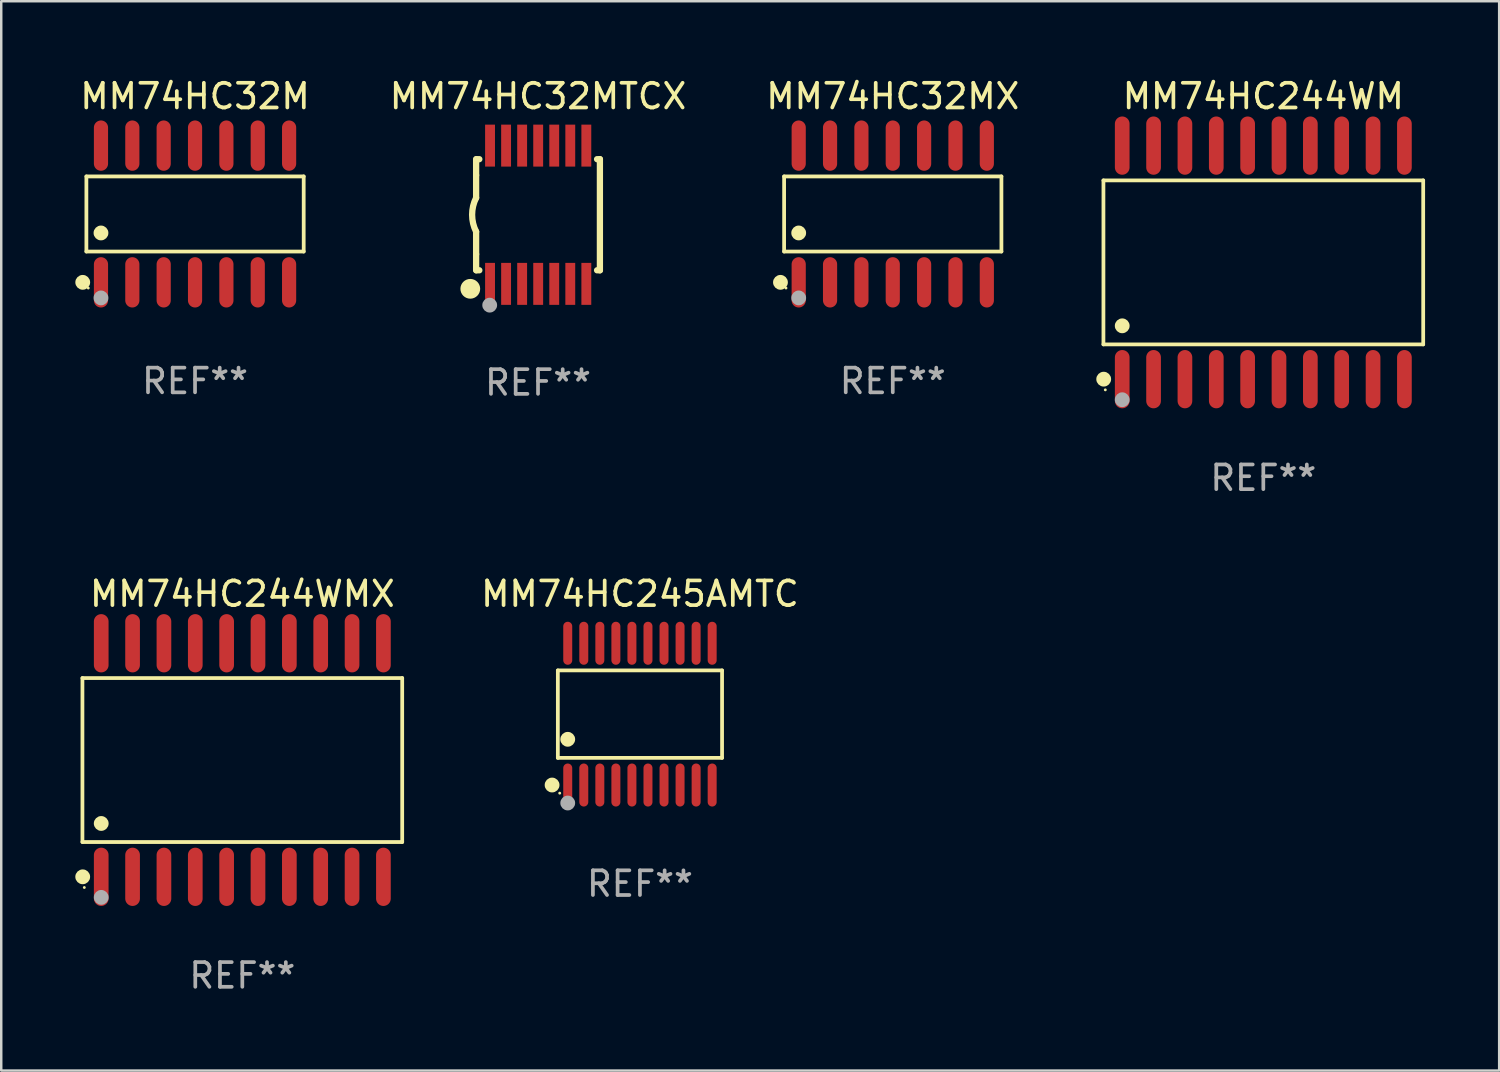
<source format=kicad_pcb>
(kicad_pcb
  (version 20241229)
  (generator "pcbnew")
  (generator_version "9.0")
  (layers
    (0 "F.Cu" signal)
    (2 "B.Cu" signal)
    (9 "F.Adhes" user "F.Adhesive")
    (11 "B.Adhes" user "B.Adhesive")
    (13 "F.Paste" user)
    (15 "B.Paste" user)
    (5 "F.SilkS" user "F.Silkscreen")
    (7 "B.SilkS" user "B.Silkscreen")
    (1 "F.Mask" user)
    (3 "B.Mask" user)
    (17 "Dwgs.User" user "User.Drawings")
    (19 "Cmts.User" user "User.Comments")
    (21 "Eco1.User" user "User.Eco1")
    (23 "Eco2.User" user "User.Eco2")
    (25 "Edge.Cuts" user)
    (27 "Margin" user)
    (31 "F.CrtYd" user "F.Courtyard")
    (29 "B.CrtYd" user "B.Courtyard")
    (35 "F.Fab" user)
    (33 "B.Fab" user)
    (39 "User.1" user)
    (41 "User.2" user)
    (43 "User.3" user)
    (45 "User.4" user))
  (footprint "MM74HC244WM"
    (layer "F.Cu")
    (at 48.12 7.578)
    (property "Reference" "MM74HC244WM" (at 0 -6.73 0) (layer "F.SilkS") (effects (font (size 1 1) (thickness 0.15))))
    (attr through_hole)
    (fp_line (start -6.476 -3.321) (end 6.476 -3.321) (stroke (width 0.152) (type solid)) (layer "F.SilkS"))
    (fp_line (start -6.476 3.321) (end -6.476 -3.321) (stroke (width 0.152) (type solid)) (layer "F.SilkS"))
    (fp_line (start 6.476 -3.321) (end 6.476 3.321) (stroke (width 0.152) (type solid)) (layer "F.SilkS"))
    (fp_line (start 6.476 3.321) (end -6.476 3.321) (stroke (width 0.152) (type solid)) (layer "F.SilkS"))
    (fp_circle (center -6.465 4.73) (end -6.315 4.73) (stroke (width 0.3) (type solid)) (fill no) (layer "F.SilkS"))
    (fp_circle (center -6.4 5.163) (end -6.37 5.163) (stroke (width 0.06) (type solid)) (fill no) (layer "F.SilkS"))
    (fp_circle (center -5.715 2.569) (end -5.565 2.569) (stroke (width 0.3) (type solid)) (fill no) (layer "F.SilkS"))
    (fp_circle (center -5.715 5.563) (end -5.565 5.563) (stroke (width 0.3) (type solid)) (fill no) (layer "F.Fab"))
    (fp_text user "REF**" (at 0 8.73 0) (layer "F.Fab") (effects (font (size 1 1) (thickness 0.15))))
    (pad "1" smd oval (at -5.715 4.73) (size 0.595 2.36) (layers "F.Cu" "F.Mask" "F.Paste"))
    (pad "2" smd oval (at -4.445 4.73) (size 0.595 2.36) (layers "F.Cu" "F.Mask" "F.Paste"))
    (pad "3" smd oval (at -3.175 4.73) (size 0.595 2.36) (layers "F.Cu" "F.Mask" "F.Paste"))
    (pad "4" smd oval (at -1.905 4.73) (size 0.595 2.36) (layers "F.Cu" "F.Mask" "F.Paste"))
    (pad "5" smd oval (at -0.635 4.73) (size 0.595 2.36) (layers "F.Cu" "F.Mask" "F.Paste"))
    (pad "6" smd oval (at 0.635 4.73) (size 0.595 2.36) (layers "F.Cu" "F.Mask" "F.Paste"))
    (pad "7" smd oval (at 1.905 4.73) (size 0.595 2.36) (layers "F.Cu" "F.Mask" "F.Paste"))
    (pad "8" smd oval (at 3.175 4.73) (size 0.595 2.36) (layers "F.Cu" "F.Mask" "F.Paste"))
    (pad "9" smd oval (at 4.445 4.73) (size 0.595 2.36) (layers "F.Cu" "F.Mask" "F.Paste"))
    (pad "10" smd oval (at 5.715 4.73) (size 0.595 2.36) (layers "F.Cu" "F.Mask" "F.Paste"))
    (pad "11" smd oval (at 5.715 -4.73) (size 0.595 2.36) (layers "F.Cu" "F.Mask" "F.Paste"))
    (pad "12" smd oval (at 4.445 -4.73) (size 0.595 2.36) (layers "F.Cu" "F.Mask" "F.Paste"))
    (pad "13" smd oval (at 3.175 -4.73) (size 0.595 2.36) (layers "F.Cu" "F.Mask" "F.Paste"))
    (pad "14" smd oval (at 1.905 -4.73) (size 0.595 2.36) (layers "F.Cu" "F.Mask" "F.Paste"))
    (pad "15" smd oval (at 0.635 -4.73) (size 0.595 2.36) (layers "F.Cu" "F.Mask" "F.Paste"))
    (pad "16" smd oval (at -0.635 -4.73) (size 0.595 2.36) (layers "F.Cu" "F.Mask" "F.Paste"))
    (pad "17" smd oval (at -1.905 -4.73) (size 0.595 2.36) (layers "F.Cu" "F.Mask" "F.Paste"))
    (pad "18" smd oval (at -3.175 -4.73) (size 0.595 2.36) (layers "F.Cu" "F.Mask" "F.Paste"))
    (pad "19" smd oval (at -4.445 -4.73) (size 0.595 2.36) (layers "F.Cu" "F.Mask" "F.Paste"))
    (pad "20" smd oval (at -5.715 -4.73) (size 0.595 2.36) (layers "F.Cu" "F.Mask" "F.Paste")))
  (footprint "MM74HC32M"
    (layer "F.Cu")
    (at 4.85 5.617)
    (property "Reference" "MM74HC32M" (at 0 -4.769 0) (layer "F.SilkS") (effects (font (size 1 1) (thickness 0.15))))
    (attr through_hole)
    (fp_line (start -4.401 -1.521) (end 4.401 -1.521) (stroke (width 0.152) (type solid)) (layer "F.SilkS"))
    (fp_line (start -4.401 1.521) (end -4.401 -1.521) (stroke (width 0.152) (type solid)) (layer "F.SilkS"))
    (fp_line (start 4.401 -1.521) (end 4.401 1.521) (stroke (width 0.152) (type solid)) (layer "F.SilkS"))
    (fp_line (start 4.401 1.521) (end -4.401 1.521) (stroke (width 0.152) (type solid)) (layer "F.SilkS"))
    (fp_circle (center -4.549 2.769) (end -4.399 2.769) (stroke (width 0.3) (type solid)) (fill no) (layer "F.SilkS"))
    (fp_circle (center -4.325 3) (end -4.295 3) (stroke (width 0.06) (type solid)) (fill no) (layer "F.SilkS"))
    (fp_circle (center -3.81 0.769) (end -3.66 0.769) (stroke (width 0.3) (type solid)) (fill no) (layer "F.SilkS"))
    (fp_circle (center -3.81 3.4) (end -3.66 3.4) (stroke (width 0.3) (type solid)) (fill no) (layer "F.Fab"))
    (fp_text user "REF**" (at 0 6.769 0) (layer "F.Fab") (effects (font (size 1 1) (thickness 0.15))))
    (pad "1" smd oval (at -3.81 2.769) (size 0.574 2.038) (layers "F.Cu" "F.Mask" "F.Paste"))
    (pad "2" smd oval (at -2.54 2.769) (size 0.574 2.038) (layers "F.Cu" "F.Mask" "F.Paste"))
    (pad "3" smd oval (at -1.27 2.769) (size 0.574 2.038) (layers "F.Cu" "F.Mask" "F.Paste"))
    (pad "4" smd oval (at 0 2.769) (size 0.574 2.038) (layers "F.Cu" "F.Mask" "F.Paste"))
    (pad "5" smd oval (at 1.27 2.769) (size 0.574 2.038) (layers "F.Cu" "F.Mask" "F.Paste"))
    (pad "6" smd oval (at 2.54 2.769) (size 0.574 2.038) (layers "F.Cu" "F.Mask" "F.Paste"))
    (pad "7" smd oval (at 3.81 2.769) (size 0.574 2.038) (layers "F.Cu" "F.Mask" "F.Paste"))
    (pad "8" smd oval (at 3.81 -2.769) (size 0.574 2.038) (layers "F.Cu" "F.Mask" "F.Paste"))
    (pad "9" smd oval (at 2.54 -2.769) (size 0.574 2.038) (layers "F.Cu" "F.Mask" "F.Paste"))
    (pad "10" smd oval (at 1.27 -2.769) (size 0.574 2.038) (layers "F.Cu" "F.Mask" "F.Paste"))
    (pad "11" smd oval (at 0 -2.769) (size 0.574 2.038) (layers "F.Cu" "F.Mask" "F.Paste"))
    (pad "12" smd oval (at -1.27 -2.769) (size 0.574 2.038) (layers "F.Cu" "F.Mask" "F.Paste"))
    (pad "13" smd oval (at -2.54 -2.769) (size 0.574 2.038) (layers "F.Cu" "F.Mask" "F.Paste"))
    (pad "14" smd oval (at -3.81 -2.769) (size 0.574 2.038) (layers "F.Cu" "F.Mask" "F.Paste")))
  (footprint "MM74HC245AMTC"
    (layer "F.Cu")
    (at 22.871 25.876)
    (property "Reference" "MM74HC245AMTC" (at 0 -4.871 0) (layer "F.SilkS") (effects (font (size 1 1) (thickness 0.15))))
    (attr through_hole)
    (fp_line (start -3.326 -1.771) (end 3.326 -1.771) (stroke (width 0.152) (type solid)) (layer "F.SilkS"))
    (fp_line (start -3.326 1.771) (end -3.326 -1.771) (stroke (width 0.152) (type solid)) (layer "F.SilkS"))
    (fp_line (start 3.326 -1.771) (end 3.326 1.771) (stroke (width 0.152) (type solid)) (layer "F.SilkS"))
    (fp_line (start 3.326 1.771) (end -3.326 1.771) (stroke (width 0.152) (type solid)) (layer "F.SilkS"))
    (fp_circle (center -3.559 2.871) (end -3.409 2.871) (stroke (width 0.3) (type solid)) (fill no) (layer "F.SilkS"))
    (fp_circle (center -3.25 3.2) (end -3.22 3.2) (stroke (width 0.06) (type solid)) (fill no) (layer "F.SilkS"))
    (fp_circle (center -2.925 1.019) (end -2.775 1.019) (stroke (width 0.3) (type solid)) (fill no) (layer "F.SilkS"))
    (fp_circle (center -2.925 3.6) (end -2.775 3.6) (stroke (width 0.3) (type solid)) (fill no) (layer "F.Fab"))
    (fp_text user "REF**" (at 0 6.871 0) (layer "F.Fab") (effects (font (size 1 1) (thickness 0.15))))
    (pad "1" smd oval (at -2.925 2.871) (size 0.364 1.742) (layers "F.Cu" "F.Mask" "F.Paste"))
    (pad "2" smd oval (at -2.275 2.871) (size 0.364 1.742) (layers "F.Cu" "F.Mask" "F.Paste"))
    (pad "3" smd oval (at -1.625 2.871) (size 0.364 1.742) (layers "F.Cu" "F.Mask" "F.Paste"))
    (pad "4" smd oval (at -0.975 2.871) (size 0.364 1.742) (layers "F.Cu" "F.Mask" "F.Paste"))
    (pad "5" smd oval (at -0.325 2.871) (size 0.364 1.742) (layers "F.Cu" "F.Mask" "F.Paste"))
    (pad "6" smd oval (at 0.325 2.871) (size 0.364 1.742) (layers "F.Cu" "F.Mask" "F.Paste"))
    (pad "7" smd oval (at 0.975 2.871) (size 0.364 1.742) (layers "F.Cu" "F.Mask" "F.Paste"))
    (pad "8" smd oval (at 1.625 2.871) (size 0.364 1.742) (layers "F.Cu" "F.Mask" "F.Paste"))
    (pad "9" smd oval (at 2.275 2.871) (size 0.364 1.742) (layers "F.Cu" "F.Mask" "F.Paste"))
    (pad "10" smd oval (at 2.925 2.871) (size 0.364 1.742) (layers "F.Cu" "F.Mask" "F.Paste"))
    (pad "11" smd oval (at 2.925 -2.871) (size 0.364 1.742) (layers "F.Cu" "F.Mask" "F.Paste"))
    (pad "12" smd oval (at 2.275 -2.871) (size 0.364 1.742) (layers "F.Cu" "F.Mask" "F.Paste"))
    (pad "13" smd oval (at 1.625 -2.871) (size 0.364 1.742) (layers "F.Cu" "F.Mask" "F.Paste"))
    (pad "14" smd oval (at 0.975 -2.871) (size 0.364 1.742) (layers "F.Cu" "F.Mask" "F.Paste"))
    (pad "15" smd oval (at 0.325 -2.871) (size 0.364 1.742) (layers "F.Cu" "F.Mask" "F.Paste"))
    (pad "16" smd oval (at -0.325 -2.871) (size 0.364 1.742) (layers "F.Cu" "F.Mask" "F.Paste"))
    (pad "17" smd oval (at -0.975 -2.871) (size 0.364 1.742) (layers "F.Cu" "F.Mask" "F.Paste"))
    (pad "18" smd oval (at -1.625 -2.871) (size 0.364 1.742) (layers "F.Cu" "F.Mask" "F.Paste"))
    (pad "19" smd oval (at -2.275 -2.871) (size 0.364 1.742) (layers "F.Cu" "F.Mask" "F.Paste"))
    (pad "20" smd oval (at -2.925 -2.871) (size 0.364 1.742) (layers "F.Cu" "F.Mask" "F.Paste")))
  (footprint "MM74HC32MTCX"
    (layer "F.Cu")
    (at 18.742 5.648)
    (property "Reference" "MM74HC32MTCX" (at 0 -4.8 0) (layer "F.SilkS") (effects (font (size 1 1) (thickness 0.15))))
    (attr through_hole)
    (fp_line (start -2.507 -1.6) (end -2.507 -2.25) (stroke (width 0.254) (type solid)) (layer "F.SilkS"))
    (fp_line (start -2.507 -0.686) (end -2.507 -1.6) (stroke (width 0.254) (type solid)) (layer "F.SilkS"))
    (fp_line (start -2.507 1.6) (end -2.507 0.686) (stroke (width 0.254) (type solid)) (layer "F.SilkS"))
    (fp_line (start -2.507 1.6) (end -2.507 2.25) (stroke (width 0.254) (type solid)) (layer "F.SilkS"))
    (fp_line (start -2.493 -2.25) (end -2.377 -2.25) (stroke (width 0.254) (type solid)) (layer "F.SilkS"))
    (fp_line (start -2.377 2.25) (end -2.493 2.25) (stroke (width 0.254) (type solid)) (layer "F.SilkS"))
    (fp_line (start 2.392 -2.25) (end 2.507 -2.25) (stroke (width 0.254) (type solid)) (layer "F.SilkS"))
    (fp_line (start 2.507 -2.25) (end 2.507 2.25) (stroke (width 0.254) (type solid)) (layer "F.SilkS"))
    (fp_line (start 2.507 2.25) (end 2.392 2.25) (stroke (width 0.254) (type solid)) (layer "F.SilkS"))
    (fp_arc (start -2.507303 0.685802) (mid -2.669199 0) (end -2.507303 -0.685801) (stroke (width 0.254001) (type solid)) (layer "F.SilkS"))
    (fp_circle (center -2.743 3) (end -2.543 3) (stroke (width 0.4) (type solid)) (fill no) (layer "F.SilkS"))
    (fp_circle (center -2.493 3.2) (end -2.463 3.2) (stroke (width 0.06) (type solid)) (fill no) (layer "F.SilkS"))
    (fp_circle (center -1.957 3.662) (end -1.807 3.662) (stroke (width 0.3) (type solid)) (fill no) (layer "F.Fab"))
    (fp_text user "REF**" (at 0 6.8 0) (layer "F.Fab") (effects (font (size 1 1) (thickness 0.15))))
    (pad "1" smd rect (at -1.943 2.8) (size 0.4 1.7) (layers "F.Cu" "F.Mask" "F.Paste"))
    (pad "2" smd rect (at -1.293 2.8) (size 0.4 1.7) (layers "F.Cu" "F.Mask" "F.Paste"))
    (pad "3" smd rect (at -0.643 2.8) (size 0.4 1.7) (layers "F.Cu" "F.Mask" "F.Paste"))
    (pad "4" smd rect (at 0.007 2.8) (size 0.4 1.7) (layers "F.Cu" "F.Mask" "F.Paste"))
    (pad "5" smd rect (at 0.657 2.8) (size 0.4 1.7) (layers "F.Cu" "F.Mask" "F.Paste"))
    (pad "6" smd rect (at 1.307 2.8) (size 0.4 1.7) (layers "F.Cu" "F.Mask" "F.Paste"))
    (pad "7" smd rect (at 1.957 2.8) (size 0.4 1.7) (layers "F.Cu" "F.Mask" "F.Paste"))
    (pad "8" smd rect (at 1.957 -2.8) (size 0.4 1.7) (layers "F.Cu" "F.Mask" "F.Paste"))
    (pad "9" smd rect (at 1.307 -2.8) (size 0.4 1.7) (layers "F.Cu" "F.Mask" "F.Paste"))
    (pad "10" smd rect (at 0.657 -2.8) (size 0.4 1.7) (layers "F.Cu" "F.Mask" "F.Paste"))
    (pad "11" smd rect (at 0.007 -2.8) (size 0.4 1.7) (layers "F.Cu" "F.Mask" "F.Paste"))
    (pad "12" smd rect (at -0.643 -2.8) (size 0.4 1.7) (layers "F.Cu" "F.Mask" "F.Paste"))
    (pad "13" smd rect (at -1.293 -2.8) (size 0.4 1.7) (layers "F.Cu" "F.Mask" "F.Paste"))
    (pad "14" smd rect (at -1.943 -2.8) (size 0.4 1.7) (layers "F.Cu" "F.Mask" "F.Paste")))
  (footprint "MM74HC32MX"
    (layer "F.Cu")
    (at 33.111 5.617)
    (property "Reference" "MM74HC32MX" (at 0 -4.769 0) (layer "F.SilkS") (effects (font (size 1 1) (thickness 0.15))))
    (attr through_hole)
    (fp_line (start -4.401 -1.521) (end 4.401 -1.521) (stroke (width 0.152) (type solid)) (layer "F.SilkS"))
    (fp_line (start -4.401 1.521) (end -4.401 -1.521) (stroke (width 0.152) (type solid)) (layer "F.SilkS"))
    (fp_line (start 4.401 -1.521) (end 4.401 1.521) (stroke (width 0.152) (type solid)) (layer "F.SilkS"))
    (fp_line (start 4.401 1.521) (end -4.401 1.521) (stroke (width 0.152) (type solid)) (layer "F.SilkS"))
    (fp_circle (center -4.549 2.769) (end -4.399 2.769) (stroke (width 0.3) (type solid)) (fill no) (layer "F.SilkS"))
    (fp_circle (center -4.325 3) (end -4.295 3) (stroke (width 0.06) (type solid)) (fill no) (layer "F.SilkS"))
    (fp_circle (center -3.81 0.769) (end -3.66 0.769) (stroke (width 0.3) (type solid)) (fill no) (layer "F.SilkS"))
    (fp_circle (center -3.81 3.4) (end -3.66 3.4) (stroke (width 0.3) (type solid)) (fill no) (layer "F.Fab"))
    (fp_text user "REF**" (at 0 6.769 0) (layer "F.Fab") (effects (font (size 1 1) (thickness 0.15))))
    (pad "1" smd oval (at -3.81 2.769) (size 0.574 2.038) (layers "F.Cu" "F.Mask" "F.Paste"))
    (pad "2" smd oval (at -2.54 2.769) (size 0.574 2.038) (layers "F.Cu" "F.Mask" "F.Paste"))
    (pad "3" smd oval (at -1.27 2.769) (size 0.574 2.038) (layers "F.Cu" "F.Mask" "F.Paste"))
    (pad "4" smd oval (at 0 2.769) (size 0.574 2.038) (layers "F.Cu" "F.Mask" "F.Paste"))
    (pad "5" smd oval (at 1.27 2.769) (size 0.574 2.038) (layers "F.Cu" "F.Mask" "F.Paste"))
    (pad "6" smd oval (at 2.54 2.769) (size 0.574 2.038) (layers "F.Cu" "F.Mask" "F.Paste"))
    (pad "7" smd oval (at 3.81 2.769) (size 0.574 2.038) (layers "F.Cu" "F.Mask" "F.Paste"))
    (pad "8" smd oval (at 3.81 -2.769) (size 0.574 2.038) (layers "F.Cu" "F.Mask" "F.Paste"))
    (pad "9" smd oval (at 2.54 -2.769) (size 0.574 2.038) (layers "F.Cu" "F.Mask" "F.Paste"))
    (pad "10" smd oval (at 1.27 -2.769) (size 0.574 2.038) (layers "F.Cu" "F.Mask" "F.Paste"))
    (pad "11" smd oval (at 0 -2.769) (size 0.574 2.038) (layers "F.Cu" "F.Mask" "F.Paste"))
    (pad "12" smd oval (at -1.27 -2.769) (size 0.574 2.038) (layers "F.Cu" "F.Mask" "F.Paste"))
    (pad "13" smd oval (at -2.54 -2.769) (size 0.574 2.038) (layers "F.Cu" "F.Mask" "F.Paste"))
    (pad "14" smd oval (at -3.81 -2.769) (size 0.574 2.038) (layers "F.Cu" "F.Mask" "F.Paste")))
  (footprint "MM74HC244WMX"
    (layer "F.Cu")
    (at 6.765 27.735)
    (property "Reference" "MM74HC244WMX" (at 0 -6.73 0) (layer "F.SilkS") (effects (font (size 1 1) (thickness 0.15))))
    (attr through_hole)
    (fp_line (start -6.476 -3.321) (end 6.476 -3.321) (stroke (width 0.152) (type solid)) (layer "F.SilkS"))
    (fp_line (start -6.476 3.321) (end -6.476 -3.321) (stroke (width 0.152) (type solid)) (layer "F.SilkS"))
    (fp_line (start 6.476 -3.321) (end 6.476 3.321) (stroke (width 0.152) (type solid)) (layer "F.SilkS"))
    (fp_line (start 6.476 3.321) (end -6.476 3.321) (stroke (width 0.152) (type solid)) (layer "F.SilkS"))
    (fp_circle (center -6.465 4.73) (end -6.315 4.73) (stroke (width 0.3) (type solid)) (fill no) (layer "F.SilkS"))
    (fp_circle (center -6.4 5.163) (end -6.37 5.163) (stroke (width 0.06) (type solid)) (fill no) (layer "F.SilkS"))
    (fp_circle (center -5.715 2.569) (end -5.565 2.569) (stroke (width 0.3) (type solid)) (fill no) (layer "F.SilkS"))
    (fp_circle (center -5.715 5.563) (end -5.565 5.563) (stroke (width 0.3) (type solid)) (fill no) (layer "F.Fab"))
    (fp_text user "REF**" (at 0 8.73 0) (layer "F.Fab") (effects (font (size 1 1) (thickness 0.15))))
    (pad "1" smd oval (at -5.715 4.73) (size 0.595 2.36) (layers "F.Cu" "F.Mask" "F.Paste"))
    (pad "2" smd oval (at -4.445 4.73) (size 0.595 2.36) (layers "F.Cu" "F.Mask" "F.Paste"))
    (pad "3" smd oval (at -3.175 4.73) (size 0.595 2.36) (layers "F.Cu" "F.Mask" "F.Paste"))
    (pad "4" smd oval (at -1.905 4.73) (size 0.595 2.36) (layers "F.Cu" "F.Mask" "F.Paste"))
    (pad "5" smd oval (at -0.635 4.73) (size 0.595 2.36) (layers "F.Cu" "F.Mask" "F.Paste"))
    (pad "6" smd oval (at 0.635 4.73) (size 0.595 2.36) (layers "F.Cu" "F.Mask" "F.Paste"))
    (pad "7" smd oval (at 1.905 4.73) (size 0.595 2.36) (layers "F.Cu" "F.Mask" "F.Paste"))
    (pad "8" smd oval (at 3.175 4.73) (size 0.595 2.36) (layers "F.Cu" "F.Mask" "F.Paste"))
    (pad "9" smd oval (at 4.445 4.73) (size 0.595 2.36) (layers "F.Cu" "F.Mask" "F.Paste"))
    (pad "10" smd oval (at 5.715 4.73) (size 0.595 2.36) (layers "F.Cu" "F.Mask" "F.Paste"))
    (pad "11" smd oval (at 5.715 -4.73) (size 0.595 2.36) (layers "F.Cu" "F.Mask" "F.Paste"))
    (pad "12" smd oval (at 4.445 -4.73) (size 0.595 2.36) (layers "F.Cu" "F.Mask" "F.Paste"))
    (pad "13" smd oval (at 3.175 -4.73) (size 0.595 2.36) (layers "F.Cu" "F.Mask" "F.Paste"))
    (pad "14" smd oval (at 1.905 -4.73) (size 0.595 2.36) (layers "F.Cu" "F.Mask" "F.Paste"))
    (pad "15" smd oval (at 0.635 -4.73) (size 0.595 2.36) (layers "F.Cu" "F.Mask" "F.Paste"))
    (pad "16" smd oval (at -0.635 -4.73) (size 0.595 2.36) (layers "F.Cu" "F.Mask" "F.Paste"))
    (pad "17" smd oval (at -1.905 -4.73) (size 0.595 2.36) (layers "F.Cu" "F.Mask" "F.Paste"))
    (pad "18" smd oval (at -3.175 -4.73) (size 0.595 2.36) (layers "F.Cu" "F.Mask" "F.Paste"))
    (pad "19" smd oval (at -4.445 -4.73) (size 0.595 2.36) (layers "F.Cu" "F.Mask" "F.Paste"))
    (pad "20" smd oval (at -5.715 -4.73) (size 0.595 2.36) (layers "F.Cu" "F.Mask" "F.Paste")))
  (gr_rect
    (start -3 -3)
    (end 57.673 40.313)
    (stroke (width 0.1) (type default))
    (fill no)
    (layer "Edge.Cuts")))
</source>
